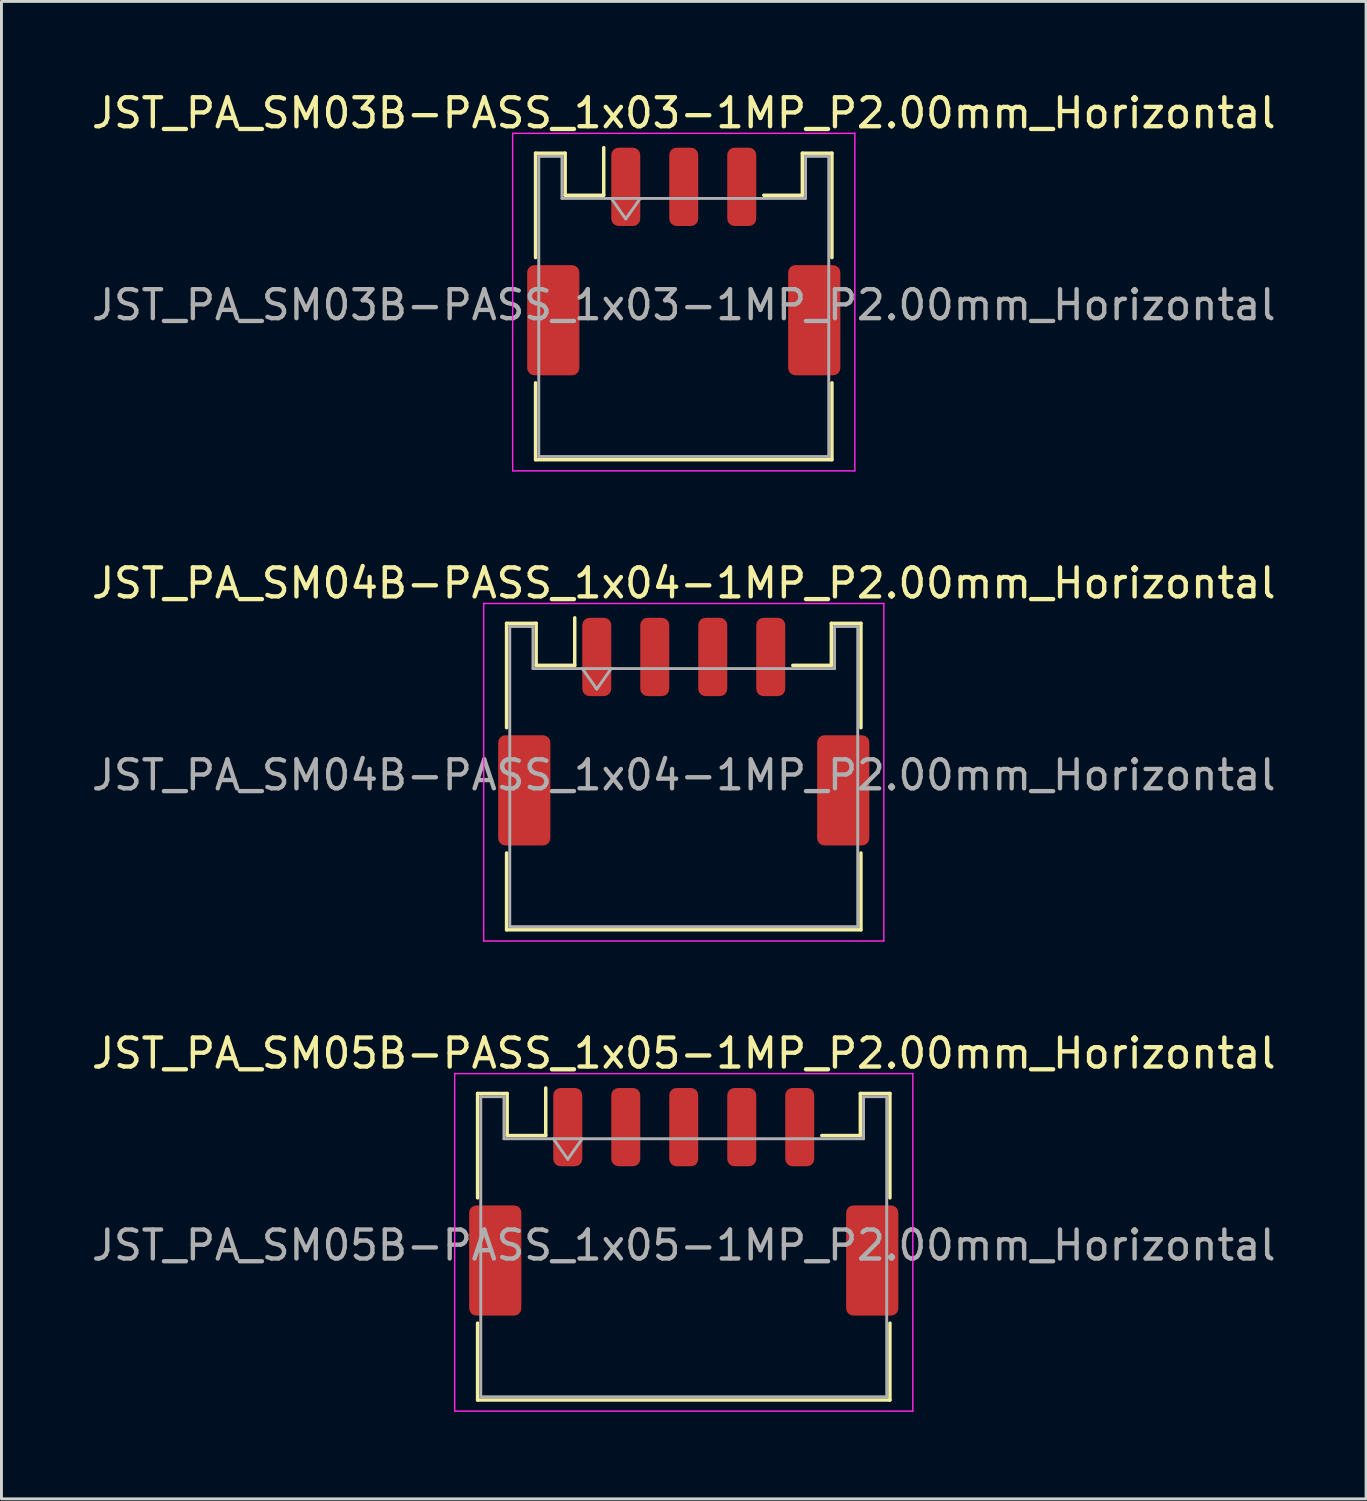
<source format=kicad_pcb>
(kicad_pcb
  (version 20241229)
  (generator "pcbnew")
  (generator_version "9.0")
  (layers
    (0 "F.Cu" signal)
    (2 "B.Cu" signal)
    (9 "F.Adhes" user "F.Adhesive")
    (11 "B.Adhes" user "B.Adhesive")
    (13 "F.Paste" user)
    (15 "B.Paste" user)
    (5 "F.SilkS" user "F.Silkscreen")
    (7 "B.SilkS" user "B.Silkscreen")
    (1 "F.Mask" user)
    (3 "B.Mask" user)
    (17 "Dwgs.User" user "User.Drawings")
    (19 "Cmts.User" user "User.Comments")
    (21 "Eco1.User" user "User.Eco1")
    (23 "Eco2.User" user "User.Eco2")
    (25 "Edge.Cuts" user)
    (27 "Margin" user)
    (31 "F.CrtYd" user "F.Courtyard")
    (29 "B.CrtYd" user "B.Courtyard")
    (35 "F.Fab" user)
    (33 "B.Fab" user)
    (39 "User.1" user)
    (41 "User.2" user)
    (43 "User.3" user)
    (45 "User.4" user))
  (footprint "JST_PA_SM03B-PASS_1x03-1MP_P2.00mm_Horizontal"
    (layer "F.Cu")
    (at 20.53 5.968)
    (property "Reference" "JST_PA_SM03B-PASS_1x03-1MP_P2.00mm_Horizontal" (at 0 -5.12 0) (layer "F.SilkS") (effects (font (size 1 1) (thickness 0.15))))
    (attr smd)
    (fp_line (start -5.11 -3.735) (end -4.09 -3.735) (stroke (width 0.12) (type solid)) (layer "F.SilkS"))
    (fp_line (start -5.11 -0.135) (end -5.11 -3.735) (stroke (width 0.12) (type solid)) (layer "F.SilkS"))
    (fp_line (start -5.11 4.185) (end -5.11 6.835) (stroke (width 0.12) (type solid)) (layer "F.SilkS"))
    (fp_line (start -5.11 6.835) (end 5.11 6.835) (stroke (width 0.12) (type solid)) (layer "F.SilkS"))
    (fp_line (start -4.09 -3.735) (end -4.09 -2.285) (stroke (width 0.12) (type solid)) (layer "F.SilkS"))
    (fp_line (start -4.09 -2.285) (end -2.76 -2.285) (stroke (width 0.12) (type solid)) (layer "F.SilkS"))
    (fp_line (start -2.76 -2.285) (end -2.76 -3.925) (stroke (width 0.12) (type solid)) (layer "F.SilkS"))
    (fp_line (start 4.09 -3.735) (end 4.09 -2.285) (stroke (width 0.12) (type solid)) (layer "F.SilkS"))
    (fp_line (start 4.09 -2.285) (end 2.76 -2.285) (stroke (width 0.12) (type solid)) (layer "F.SilkS"))
    (fp_line (start 5.11 -3.735) (end 4.09 -3.735) (stroke (width 0.12) (type solid)) (layer "F.SilkS"))
    (fp_line (start 5.11 -0.135) (end 5.11 -3.735) (stroke (width 0.12) (type solid)) (layer "F.SilkS"))
    (fp_line (start 5.11 6.835) (end 5.11 4.185) (stroke (width 0.12) (type solid)) (layer "F.SilkS"))
    (fp_line (start -5.9 -4.42) (end -5.9 7.22) (stroke (width 0.05) (type solid)) (layer "F.CrtYd"))
    (fp_line (start -5.9 7.22) (end 5.9 7.22) (stroke (width 0.05) (type solid)) (layer "F.CrtYd"))
    (fp_line (start 5.9 -4.42) (end -5.9 -4.42) (stroke (width 0.05) (type solid)) (layer "F.CrtYd"))
    (fp_line (start 5.9 7.22) (end 5.9 -4.42) (stroke (width 0.05) (type solid)) (layer "F.CrtYd"))
    (fp_line (start -5 -3.625) (end -5 6.725) (stroke (width 0.1) (type solid)) (layer "F.Fab"))
    (fp_line (start -5 -3.625) (end -4.2 -3.625) (stroke (width 0.1) (type solid)) (layer "F.Fab"))
    (fp_line (start -5 6.725) (end 5 6.725) (stroke (width 0.1) (type solid)) (layer "F.Fab"))
    (fp_line (start -4.2 -3.625) (end -4.2 -2.175) (stroke (width 0.1) (type solid)) (layer "F.Fab"))
    (fp_line (start -4.2 -2.175) (end 4.2 -2.175) (stroke (width 0.1) (type solid)) (layer "F.Fab"))
    (fp_line (start -2.5 -2.175) (end -2 -1.468) (stroke (width 0.1) (type solid)) (layer "F.Fab"))
    (fp_line (start -2 -1.468) (end -1.5 -2.175) (stroke (width 0.1) (type solid)) (layer "F.Fab"))
    (fp_line (start 4.2 -3.625) (end 5 -3.625) (stroke (width 0.1) (type solid)) (layer "F.Fab"))
    (fp_line (start 4.2 -2.175) (end 4.2 -3.625) (stroke (width 0.1) (type solid)) (layer "F.Fab"))
    (fp_line (start 5 -3.625) (end 5 6.725) (stroke (width 0.1) (type solid)) (layer "F.Fab"))
    (fp_text user "${REFERENCE}" (at 0 1.5 0) (layer "F.Fab") (effects (font (size 1 1) (thickness 0.15))))
    (pad "1" smd roundrect (at -2 -2.575) (size 1 2.7) (layers "F.Cu" "F.Mask" "F.Paste") (roundrect_rratio 0.25))
    (pad "2" smd roundrect (at 0 -2.575) (size 1 2.7) (layers "F.Cu" "F.Mask" "F.Paste") (roundrect_rratio 0.25))
    (pad "3" smd roundrect (at 2 -2.575) (size 1 2.7) (layers "F.Cu" "F.Mask" "F.Paste") (roundrect_rratio 0.25))
    (pad "MP" smd roundrect (at -4.5 2.025) (size 1.8 3.8) (layers "F.Cu" "F.Mask" "F.Paste") (roundrect_rratio 0.139))
    (pad "MP" smd roundrect (at 4.5 2.025) (size 1.8 3.8) (layers "F.Cu" "F.Mask" "F.Paste") (roundrect_rratio 0.139)))
  (footprint "JST_PA_SM05B-PASS_1x05-1MP_P2.00mm_Horizontal"
    (layer "F.Cu")
    (at 20.53 38.395)
    (property "Reference" "JST_PA_SM05B-PASS_1x05-1MP_P2.00mm_Horizontal" (at 0 -5.12 0) (layer "F.SilkS") (effects (font (size 1 1) (thickness 0.15))))
    (attr smd)
    (fp_line (start -7.11 -3.735) (end -6.09 -3.735) (stroke (width 0.12) (type solid)) (layer "F.SilkS"))
    (fp_line (start -7.11 -0.135) (end -7.11 -3.735) (stroke (width 0.12) (type solid)) (layer "F.SilkS"))
    (fp_line (start -7.11 4.185) (end -7.11 6.835) (stroke (width 0.12) (type solid)) (layer "F.SilkS"))
    (fp_line (start -7.11 6.835) (end 7.11 6.835) (stroke (width 0.12) (type solid)) (layer "F.SilkS"))
    (fp_line (start -6.09 -3.735) (end -6.09 -2.285) (stroke (width 0.12) (type solid)) (layer "F.SilkS"))
    (fp_line (start -6.09 -2.285) (end -4.76 -2.285) (stroke (width 0.12) (type solid)) (layer "F.SilkS"))
    (fp_line (start -4.76 -2.285) (end -4.76 -3.925) (stroke (width 0.12) (type solid)) (layer "F.SilkS"))
    (fp_line (start 6.09 -3.735) (end 6.09 -2.285) (stroke (width 0.12) (type solid)) (layer "F.SilkS"))
    (fp_line (start 6.09 -2.285) (end 4.76 -2.285) (stroke (width 0.12) (type solid)) (layer "F.SilkS"))
    (fp_line (start 7.11 -3.735) (end 6.09 -3.735) (stroke (width 0.12) (type solid)) (layer "F.SilkS"))
    (fp_line (start 7.11 -0.135) (end 7.11 -3.735) (stroke (width 0.12) (type solid)) (layer "F.SilkS"))
    (fp_line (start 7.11 6.835) (end 7.11 4.185) (stroke (width 0.12) (type solid)) (layer "F.SilkS"))
    (fp_line (start -7.9 -4.42) (end -7.9 7.22) (stroke (width 0.05) (type solid)) (layer "F.CrtYd"))
    (fp_line (start -7.9 7.22) (end 7.9 7.22) (stroke (width 0.05) (type solid)) (layer "F.CrtYd"))
    (fp_line (start 7.9 -4.42) (end -7.9 -4.42) (stroke (width 0.05) (type solid)) (layer "F.CrtYd"))
    (fp_line (start 7.9 7.22) (end 7.9 -4.42) (stroke (width 0.05) (type solid)) (layer "F.CrtYd"))
    (fp_line (start -7 -3.625) (end -7 6.725) (stroke (width 0.1) (type solid)) (layer "F.Fab"))
    (fp_line (start -7 -3.625) (end -6.2 -3.625) (stroke (width 0.1) (type solid)) (layer "F.Fab"))
    (fp_line (start -7 6.725) (end 7 6.725) (stroke (width 0.1) (type solid)) (layer "F.Fab"))
    (fp_line (start -6.2 -3.625) (end -6.2 -2.175) (stroke (width 0.1) (type solid)) (layer "F.Fab"))
    (fp_line (start -6.2 -2.175) (end 6.2 -2.175) (stroke (width 0.1) (type solid)) (layer "F.Fab"))
    (fp_line (start -4.5 -2.175) (end -4 -1.468) (stroke (width 0.1) (type solid)) (layer "F.Fab"))
    (fp_line (start -4 -1.468) (end -3.5 -2.175) (stroke (width 0.1) (type solid)) (layer "F.Fab"))
    (fp_line (start 6.2 -3.625) (end 7 -3.625) (stroke (width 0.1) (type solid)) (layer "F.Fab"))
    (fp_line (start 6.2 -2.175) (end 6.2 -3.625) (stroke (width 0.1) (type solid)) (layer "F.Fab"))
    (fp_line (start 7 -3.625) (end 7 6.725) (stroke (width 0.1) (type solid)) (layer "F.Fab"))
    (fp_text user "${REFERENCE}" (at 0 1.5 0) (layer "F.Fab") (effects (font (size 1 1) (thickness 0.15))))
    (pad "1" smd roundrect (at -4 -2.575) (size 1 2.7) (layers "F.Cu" "F.Mask" "F.Paste") (roundrect_rratio 0.25))
    (pad "2" smd roundrect (at -2 -2.575) (size 1 2.7) (layers "F.Cu" "F.Mask" "F.Paste") (roundrect_rratio 0.25))
    (pad "3" smd roundrect (at 0 -2.575) (size 1 2.7) (layers "F.Cu" "F.Mask" "F.Paste") (roundrect_rratio 0.25))
    (pad "4" smd roundrect (at 2 -2.575) (size 1 2.7) (layers "F.Cu" "F.Mask" "F.Paste") (roundrect_rratio 0.25))
    (pad "5" smd roundrect (at 4 -2.575) (size 1 2.7) (layers "F.Cu" "F.Mask" "F.Paste") (roundrect_rratio 0.25))
    (pad "MP" smd roundrect (at -6.5 2.025) (size 1.8 3.8) (layers "F.Cu" "F.Mask" "F.Paste") (roundrect_rratio 0.139))
    (pad "MP" smd roundrect (at 6.5 2.025) (size 1.8 3.8) (layers "F.Cu" "F.Mask" "F.Paste") (roundrect_rratio 0.139)))
  (footprint "JST_PA_SM04B-PASS_1x04-1MP_P2.00mm_Horizontal"
    (layer "F.Cu")
    (at 20.53 22.181)
    (property "Reference" "JST_PA_SM04B-PASS_1x04-1MP_P2.00mm_Horizontal" (at 0 -5.12 0) (layer "F.SilkS") (effects (font (size 1 1) (thickness 0.15))))
    (attr smd)
    (fp_line (start -6.11 -3.735) (end -5.09 -3.735) (stroke (width 0.12) (type solid)) (layer "F.SilkS"))
    (fp_line (start -6.11 -0.135) (end -6.11 -3.735) (stroke (width 0.12) (type solid)) (layer "F.SilkS"))
    (fp_line (start -6.11 4.185) (end -6.11 6.835) (stroke (width 0.12) (type solid)) (layer "F.SilkS"))
    (fp_line (start -6.11 6.835) (end 6.11 6.835) (stroke (width 0.12) (type solid)) (layer "F.SilkS"))
    (fp_line (start -5.09 -3.735) (end -5.09 -2.285) (stroke (width 0.12) (type solid)) (layer "F.SilkS"))
    (fp_line (start -5.09 -2.285) (end -3.76 -2.285) (stroke (width 0.12) (type solid)) (layer "F.SilkS"))
    (fp_line (start -3.76 -2.285) (end -3.76 -3.925) (stroke (width 0.12) (type solid)) (layer "F.SilkS"))
    (fp_line (start 5.09 -3.735) (end 5.09 -2.285) (stroke (width 0.12) (type solid)) (layer "F.SilkS"))
    (fp_line (start 5.09 -2.285) (end 3.76 -2.285) (stroke (width 0.12) (type solid)) (layer "F.SilkS"))
    (fp_line (start 6.11 -3.735) (end 5.09 -3.735) (stroke (width 0.12) (type solid)) (layer "F.SilkS"))
    (fp_line (start 6.11 -0.135) (end 6.11 -3.735) (stroke (width 0.12) (type solid)) (layer "F.SilkS"))
    (fp_line (start 6.11 6.835) (end 6.11 4.185) (stroke (width 0.12) (type solid)) (layer "F.SilkS"))
    (fp_line (start -6.9 -4.42) (end -6.9 7.22) (stroke (width 0.05) (type solid)) (layer "F.CrtYd"))
    (fp_line (start -6.9 7.22) (end 6.9 7.22) (stroke (width 0.05) (type solid)) (layer "F.CrtYd"))
    (fp_line (start 6.9 -4.42) (end -6.9 -4.42) (stroke (width 0.05) (type solid)) (layer "F.CrtYd"))
    (fp_line (start 6.9 7.22) (end 6.9 -4.42) (stroke (width 0.05) (type solid)) (layer "F.CrtYd"))
    (fp_line (start -6 -3.625) (end -6 6.725) (stroke (width 0.1) (type solid)) (layer "F.Fab"))
    (fp_line (start -6 -3.625) (end -5.2 -3.625) (stroke (width 0.1) (type solid)) (layer "F.Fab"))
    (fp_line (start -6 6.725) (end 6 6.725) (stroke (width 0.1) (type solid)) (layer "F.Fab"))
    (fp_line (start -5.2 -3.625) (end -5.2 -2.175) (stroke (width 0.1) (type solid)) (layer "F.Fab"))
    (fp_line (start -5.2 -2.175) (end 5.2 -2.175) (stroke (width 0.1) (type solid)) (layer "F.Fab"))
    (fp_line (start -3.5 -2.175) (end -3 -1.468) (stroke (width 0.1) (type solid)) (layer "F.Fab"))
    (fp_line (start -3 -1.468) (end -2.5 -2.175) (stroke (width 0.1) (type solid)) (layer "F.Fab"))
    (fp_line (start 5.2 -3.625) (end 6 -3.625) (stroke (width 0.1) (type solid)) (layer "F.Fab"))
    (fp_line (start 5.2 -2.175) (end 5.2 -3.625) (stroke (width 0.1) (type solid)) (layer "F.Fab"))
    (fp_line (start 6 -3.625) (end 6 6.725) (stroke (width 0.1) (type solid)) (layer "F.Fab"))
    (fp_text user "${REFERENCE}" (at 0 1.5 0) (layer "F.Fab") (effects (font (size 1 1) (thickness 0.15))))
    (pad "1" smd roundrect (at -3 -2.575) (size 1 2.7) (layers "F.Cu" "F.Mask" "F.Paste") (roundrect_rratio 0.25))
    (pad "2" smd roundrect (at -1 -2.575) (size 1 2.7) (layers "F.Cu" "F.Mask" "F.Paste") (roundrect_rratio 0.25))
    (pad "3" smd roundrect (at 1 -2.575) (size 1 2.7) (layers "F.Cu" "F.Mask" "F.Paste") (roundrect_rratio 0.25))
    (pad "4" smd roundrect (at 3 -2.575) (size 1 2.7) (layers "F.Cu" "F.Mask" "F.Paste") (roundrect_rratio 0.25))
    (pad "MP" smd roundrect (at -5.5 2.025) (size 1.8 3.8) (layers "F.Cu" "F.Mask" "F.Paste") (roundrect_rratio 0.139))
    (pad "MP" smd roundrect (at 5.5 2.025) (size 1.8 3.8) (layers "F.Cu" "F.Mask" "F.Paste") (roundrect_rratio 0.139)))
  (gr_rect
    (start -3 -3)
    (end 44.06 48.64)
    (stroke (width 0.1) (type default))
    (fill no)
    (layer "Edge.Cuts")))
</source>
